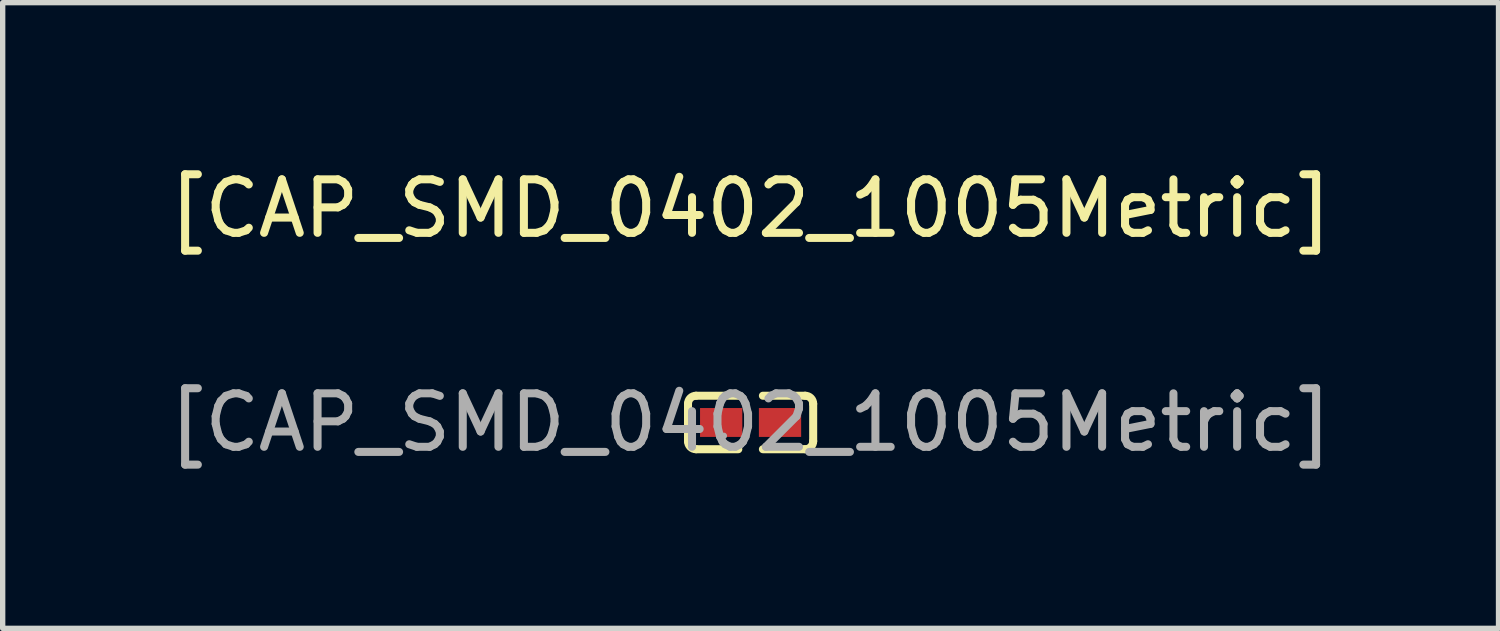
<source format=kicad_pcb>
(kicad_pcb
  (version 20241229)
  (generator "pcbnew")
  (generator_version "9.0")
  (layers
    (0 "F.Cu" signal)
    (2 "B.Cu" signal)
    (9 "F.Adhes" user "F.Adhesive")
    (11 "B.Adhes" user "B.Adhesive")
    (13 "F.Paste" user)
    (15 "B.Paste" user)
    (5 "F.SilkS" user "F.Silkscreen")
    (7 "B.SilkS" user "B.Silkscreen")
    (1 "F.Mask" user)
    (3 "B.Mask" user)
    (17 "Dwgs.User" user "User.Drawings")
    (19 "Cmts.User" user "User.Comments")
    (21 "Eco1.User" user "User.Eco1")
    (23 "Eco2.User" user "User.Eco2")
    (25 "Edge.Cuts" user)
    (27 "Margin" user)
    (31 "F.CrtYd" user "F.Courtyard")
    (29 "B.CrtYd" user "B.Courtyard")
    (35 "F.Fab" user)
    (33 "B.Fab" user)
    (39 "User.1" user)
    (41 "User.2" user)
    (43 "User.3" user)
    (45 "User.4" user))
  (footprint "[CAP_SMD_0402_1005Metric]"
    (layer "F.Cu")
    (at 10.982 4.848)
    (property "Reference" "[CAP_SMD_0402_1005Metric]" (at 0 -4 0) (layer "F.SilkS") (effects (font (size 1 1) (thickness 0.15))))
    (attr smd)
    (fp_line (start -1.17 0.35) (end -1.17 -0.35) (stroke (width 0.15) (type solid)) (layer "F.SilkS"))
    (fp_line (start -1.02 -0.5) (end -0.23 -0.5) (stroke (width 0.15) (type solid)) (layer "F.SilkS"))
    (fp_line (start -0.23 0.5) (end -1.02 0.5) (stroke (width 0.15) (type solid)) (layer "F.SilkS"))
    (fp_line (start 0.23 0.5) (end 1.02 0.5) (stroke (width 0.15) (type solid)) (layer "F.SilkS"))
    (fp_line (start 1.02 -0.5) (end 0.23 -0.5) (stroke (width 0.15) (type solid)) (layer "F.SilkS"))
    (fp_line (start 1.17 0.35) (end 1.17 -0.35) (stroke (width 0.15) (type solid)) (layer "F.SilkS"))
    (fp_arc (start -1.17 -0.35) (mid -1.126066 -0.456066) (end -1.02 -0.5) (stroke (width 0.15) (type solid)) (layer "F.SilkS"))
    (fp_arc (start -1.02 0.5) (mid -1.126066 0.456066) (end -1.17 0.35) (stroke (width 0.15) (type solid)) (layer "F.SilkS"))
    (fp_arc (start 1.02 -0.5) (mid 1.126066 -0.456066) (end 1.17 -0.35) (stroke (width 0.15) (type solid)) (layer "F.SilkS"))
    (fp_arc (start 1.17 0.35) (mid 1.126066 0.456066) (end 1.02 0.5) (stroke (width 0.15) (type solid)) (layer "F.SilkS"))
    (fp_circle (center -0.5 0.25) (end -0.47 0.25) (stroke (width 0.06) (type solid)) (fill no) (layer "F.Fab"))
    (fp_text user "${REFERENCE}" (at 0 0 0) (layer "F.Fab") (effects (font (size 1 1) (thickness 0.15))))
    (pad "1" smd rect (at -0.55 0) (size 0.79 0.54) (layers "F.Cu" "F.Mask" "F.Paste"))
    (pad "2" smd rect (at 0.55 0) (size 0.79 0.54) (layers "F.Cu" "F.Mask" "F.Paste")))
  (gr_rect
    (start -3 -3)
    (end 24.964 8.697)
    (stroke (width 0.1) (type default))
    (fill no)
    (layer "Edge.Cuts")))
</source>
